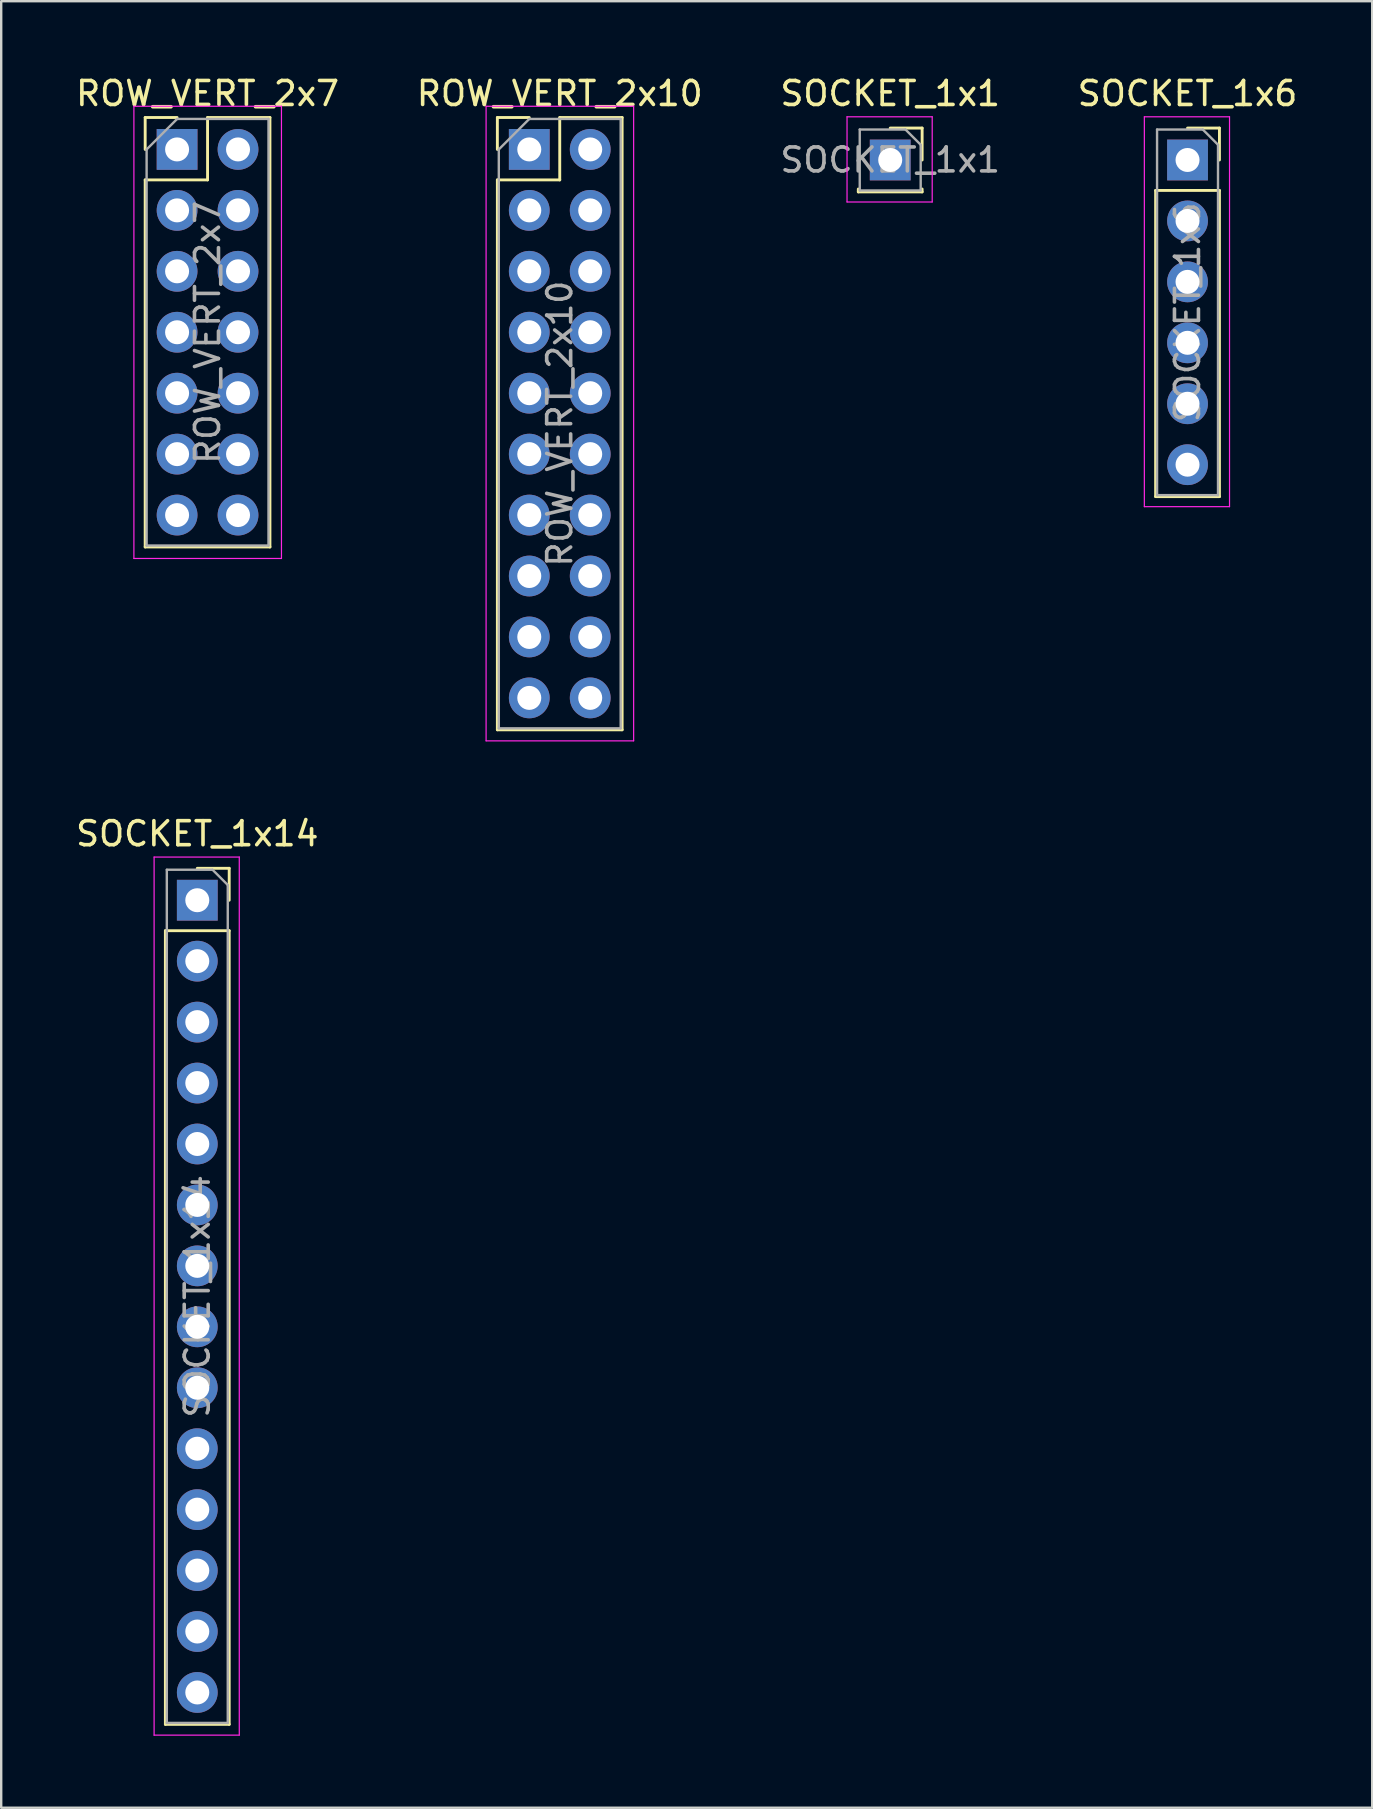
<source format=kicad_pcb>
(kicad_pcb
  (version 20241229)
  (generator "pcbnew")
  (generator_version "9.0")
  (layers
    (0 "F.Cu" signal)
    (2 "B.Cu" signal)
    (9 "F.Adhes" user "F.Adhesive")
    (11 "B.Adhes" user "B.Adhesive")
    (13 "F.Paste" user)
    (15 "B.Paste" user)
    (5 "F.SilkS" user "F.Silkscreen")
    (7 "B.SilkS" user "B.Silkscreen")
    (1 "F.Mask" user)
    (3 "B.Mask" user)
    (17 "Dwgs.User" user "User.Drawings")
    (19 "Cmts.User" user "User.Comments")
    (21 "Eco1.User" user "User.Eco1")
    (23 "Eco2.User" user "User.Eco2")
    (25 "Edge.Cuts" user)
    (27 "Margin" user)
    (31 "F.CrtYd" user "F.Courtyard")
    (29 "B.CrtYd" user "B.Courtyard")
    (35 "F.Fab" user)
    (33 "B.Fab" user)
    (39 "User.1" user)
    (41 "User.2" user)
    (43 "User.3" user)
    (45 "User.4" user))
  (footprint "SOCKET_1x14"
    (layer "F.Cu")
    (at 5.173 34.471)
    (property "Reference" "SOCKET_1x14" (at 0 -2.77 0) (layer "F.SilkS") (effects (font (size 1 1) (thickness 0.15))))
    (attr through_hole)
    (fp_line (start -1.33 1.27) (end -1.33 34.35) (stroke (width 0.12) (type solid)) (layer "F.SilkS"))
    (fp_line (start -1.33 1.27) (end 1.33 1.27) (stroke (width 0.12) (type solid)) (layer "F.SilkS"))
    (fp_line (start -1.33 34.35) (end 1.33 34.35) (stroke (width 0.12) (type solid)) (layer "F.SilkS"))
    (fp_line (start 0 -1.33) (end 1.33 -1.33) (stroke (width 0.12) (type solid)) (layer "F.SilkS"))
    (fp_line (start 1.33 -1.33) (end 1.33 0) (stroke (width 0.12) (type solid)) (layer "F.SilkS"))
    (fp_line (start 1.33 1.27) (end 1.33 34.35) (stroke (width 0.12) (type solid)) (layer "F.SilkS"))
    (fp_line (start -1.8 -1.8) (end 1.75 -1.8) (stroke (width 0.05) (type solid)) (layer "F.CrtYd"))
    (fp_line (start -1.8 34.8) (end -1.8 -1.8) (stroke (width 0.05) (type solid)) (layer "F.CrtYd"))
    (fp_line (start 1.75 -1.8) (end 1.75 34.8) (stroke (width 0.05) (type solid)) (layer "F.CrtYd"))
    (fp_line (start 1.75 34.8) (end -1.8 34.8) (stroke (width 0.05) (type solid)) (layer "F.CrtYd"))
    (fp_line (start -1.27 -1.27) (end 0.635 -1.27) (stroke (width 0.1) (type solid)) (layer "F.Fab"))
    (fp_line (start -1.27 34.29) (end -1.27 -1.27) (stroke (width 0.1) (type solid)) (layer "F.Fab"))
    (fp_line (start 0.635 -1.27) (end 1.27 -0.635) (stroke (width 0.1) (type solid)) (layer "F.Fab"))
    (fp_line (start 1.27 -0.635) (end 1.27 34.29) (stroke (width 0.1) (type solid)) (layer "F.Fab"))
    (fp_line (start 1.27 34.29) (end -1.27 34.29) (stroke (width 0.1) (type solid)) (layer "F.Fab"))
    (fp_text user "${REFERENCE}" (at 0 16.51 90) (layer "F.Fab") (effects (font (size 1 1) (thickness 0.15))))
    (pad "1" thru_hole rect (at 0 0) (size 1.7 1.7) (drill 1) (layers "*.Cu" "*.Mask"))
    (pad "2" thru_hole oval (at 0 2.54) (size 1.7 1.7) (drill 1) (layers "*.Cu" "*.Mask"))
    (pad "3" thru_hole oval (at 0 5.08) (size 1.7 1.7) (drill 1) (layers "*.Cu" "*.Mask"))
    (pad "4" thru_hole oval (at 0 7.62) (size 1.7 1.7) (drill 1) (layers "*.Cu" "*.Mask"))
    (pad "5" thru_hole oval (at 0 10.16) (size 1.7 1.7) (drill 1) (layers "*.Cu" "*.Mask"))
    (pad "6" thru_hole oval (at 0 12.7) (size 1.7 1.7) (drill 1) (layers "*.Cu" "*.Mask"))
    (pad "7" thru_hole oval (at 0 15.24) (size 1.7 1.7) (drill 1) (layers "*.Cu" "*.Mask"))
    (pad "8" thru_hole oval (at 0 17.78) (size 1.7 1.7) (drill 1) (layers "*.Cu" "*.Mask"))
    (pad "9" thru_hole oval (at 0 20.32) (size 1.7 1.7) (drill 1) (layers "*.Cu" "*.Mask"))
    (pad "10" thru_hole oval (at 0 22.86) (size 1.7 1.7) (drill 1) (layers "*.Cu" "*.Mask"))
    (pad "11" thru_hole oval (at 0 25.4) (size 1.7 1.7) (drill 1) (layers "*.Cu" "*.Mask"))
    (pad "12" thru_hole oval (at 0 27.94) (size 1.7 1.7) (drill 1) (layers "*.Cu" "*.Mask"))
    (pad "13" thru_hole oval (at 0 30.48) (size 1.7 1.7) (drill 1) (layers "*.Cu" "*.Mask"))
    (pad "14" thru_hole oval (at 0 33.02) (size 1.7 1.7) (drill 1) (layers "*.Cu" "*.Mask")))
  (footprint "ROW_VERT_2x7"
    (layer "F.Cu")
    (at 4.331 3.178)
    (property "Reference" "ROW_VERT_2x7" (at 1.27 -2.33 0) (layer "F.SilkS") (effects (font (size 1 1) (thickness 0.15))))
    (attr through_hole)
    (fp_line (start -1.33 -1.33) (end 0 -1.33) (stroke (width 0.12) (type solid)) (layer "F.SilkS"))
    (fp_line (start -1.33 0) (end -1.33 -1.33) (stroke (width 0.12) (type solid)) (layer "F.SilkS"))
    (fp_line (start -1.33 1.27) (end -1.33 16.57) (stroke (width 0.12) (type solid)) (layer "F.SilkS"))
    (fp_line (start -1.33 1.27) (end 1.27 1.27) (stroke (width 0.12) (type solid)) (layer "F.SilkS"))
    (fp_line (start -1.33 16.57) (end 3.87 16.57) (stroke (width 0.12) (type solid)) (layer "F.SilkS"))
    (fp_line (start 1.27 -1.33) (end 3.87 -1.33) (stroke (width 0.12) (type solid)) (layer "F.SilkS"))
    (fp_line (start 1.27 1.27) (end 1.27 -1.33) (stroke (width 0.12) (type solid)) (layer "F.SilkS"))
    (fp_line (start 3.87 -1.33) (end 3.87 16.57) (stroke (width 0.12) (type solid)) (layer "F.SilkS"))
    (fp_line (start -1.8 -1.8) (end -1.8 17.05) (stroke (width 0.05) (type solid)) (layer "F.CrtYd"))
    (fp_line (start -1.8 17.05) (end 4.35 17.05) (stroke (width 0.05) (type solid)) (layer "F.CrtYd"))
    (fp_line (start 4.35 -1.8) (end -1.8 -1.8) (stroke (width 0.05) (type solid)) (layer "F.CrtYd"))
    (fp_line (start 4.35 17.05) (end 4.35 -1.8) (stroke (width 0.05) (type solid)) (layer "F.CrtYd"))
    (fp_line (start -1.27 0) (end 0 -1.27) (stroke (width 0.1) (type solid)) (layer "F.Fab"))
    (fp_line (start -1.27 16.51) (end -1.27 0) (stroke (width 0.1) (type solid)) (layer "F.Fab"))
    (fp_line (start 0 -1.27) (end 3.81 -1.27) (stroke (width 0.1) (type solid)) (layer "F.Fab"))
    (fp_line (start 3.81 -1.27) (end 3.81 16.51) (stroke (width 0.1) (type solid)) (layer "F.Fab"))
    (fp_line (start 3.81 16.51) (end -1.27 16.51) (stroke (width 0.1) (type solid)) (layer "F.Fab"))
    (fp_text user "${REFERENCE}" (at 1.27 7.62 90) (layer "F.Fab") (effects (font (size 1 1) (thickness 0.15))))
    (pad "1" thru_hole rect (at 0 0) (size 1.7 1.7) (drill 1) (layers "*.Cu" "*.Mask"))
    (pad "2" thru_hole oval (at 2.54 0) (size 1.7 1.7) (drill 1) (layers "*.Cu" "*.Mask"))
    (pad "3" thru_hole oval (at 0 2.54) (size 1.7 1.7) (drill 1) (layers "*.Cu" "*.Mask"))
    (pad "4" thru_hole oval (at 2.54 2.54) (size 1.7 1.7) (drill 1) (layers "*.Cu" "*.Mask"))
    (pad "5" thru_hole oval (at 0 5.08) (size 1.7 1.7) (drill 1) (layers "*.Cu" "*.Mask"))
    (pad "6" thru_hole oval (at 2.54 5.08) (size 1.7 1.7) (drill 1) (layers "*.Cu" "*.Mask"))
    (pad "7" thru_hole oval (at 0 7.62) (size 1.7 1.7) (drill 1) (layers "*.Cu" "*.Mask"))
    (pad "8" thru_hole oval (at 2.54 7.62) (size 1.7 1.7) (drill 1) (layers "*.Cu" "*.Mask"))
    (pad "9" thru_hole oval (at 0 10.16) (size 1.7 1.7) (drill 1) (layers "*.Cu" "*.Mask"))
    (pad "10" thru_hole oval (at 2.54 10.16) (size 1.7 1.7) (drill 1) (layers "*.Cu" "*.Mask"))
    (pad "11" thru_hole oval (at 0 12.7) (size 1.7 1.7) (drill 1) (layers "*.Cu" "*.Mask"))
    (pad "12" thru_hole oval (at 2.54 12.7) (size 1.7 1.7) (drill 1) (layers "*.Cu" "*.Mask"))
    (pad "13" thru_hole oval (at 0 15.24) (size 1.7 1.7) (drill 1) (layers "*.Cu" "*.Mask"))
    (pad "14" thru_hole oval (at 2.54 15.24) (size 1.7 1.7) (drill 1) (layers "*.Cu" "*.Mask")))
  (footprint "SOCKET_1x6"
    (layer "F.Cu")
    (at 46.446 3.618)
    (property "Reference" "SOCKET_1x6" (at 0 -2.77 0) (layer "F.SilkS") (effects (font (size 1 1) (thickness 0.15))))
    (attr through_hole)
    (fp_line (start -1.33 1.27) (end -1.33 14.03) (stroke (width 0.12) (type solid)) (layer "F.SilkS"))
    (fp_line (start -1.33 1.27) (end 1.33 1.27) (stroke (width 0.12) (type solid)) (layer "F.SilkS"))
    (fp_line (start -1.33 14.03) (end 1.33 14.03) (stroke (width 0.12) (type solid)) (layer "F.SilkS"))
    (fp_line (start 0 -1.33) (end 1.33 -1.33) (stroke (width 0.12) (type solid)) (layer "F.SilkS"))
    (fp_line (start 1.33 -1.33) (end 1.33 0) (stroke (width 0.12) (type solid)) (layer "F.SilkS"))
    (fp_line (start 1.33 1.27) (end 1.33 14.03) (stroke (width 0.12) (type solid)) (layer "F.SilkS"))
    (fp_line (start -1.8 -1.8) (end 1.75 -1.8) (stroke (width 0.05) (type solid)) (layer "F.CrtYd"))
    (fp_line (start -1.8 14.45) (end -1.8 -1.8) (stroke (width 0.05) (type solid)) (layer "F.CrtYd"))
    (fp_line (start 1.75 -1.8) (end 1.75 14.45) (stroke (width 0.05) (type solid)) (layer "F.CrtYd"))
    (fp_line (start 1.75 14.45) (end -1.8 14.45) (stroke (width 0.05) (type solid)) (layer "F.CrtYd"))
    (fp_line (start -1.27 -1.27) (end 0.635 -1.27) (stroke (width 0.1) (type solid)) (layer "F.Fab"))
    (fp_line (start -1.27 13.97) (end -1.27 -1.27) (stroke (width 0.1) (type solid)) (layer "F.Fab"))
    (fp_line (start 0.635 -1.27) (end 1.27 -0.635) (stroke (width 0.1) (type solid)) (layer "F.Fab"))
    (fp_line (start 1.27 -0.635) (end 1.27 13.97) (stroke (width 0.1) (type solid)) (layer "F.Fab"))
    (fp_line (start 1.27 13.97) (end -1.27 13.97) (stroke (width 0.1) (type solid)) (layer "F.Fab"))
    (fp_text user "${REFERENCE}" (at 0 6.35 90) (layer "F.Fab") (effects (font (size 1 1) (thickness 0.15))))
    (pad "1" thru_hole rect (at 0 0) (size 1.7 1.7) (drill 1) (layers "*.Cu" "*.Mask"))
    (pad "2" thru_hole oval (at 0 2.54) (size 1.7 1.7) (drill 1) (layers "*.Cu" "*.Mask"))
    (pad "3" thru_hole oval (at 0 5.08) (size 1.7 1.7) (drill 1) (layers "*.Cu" "*.Mask"))
    (pad "4" thru_hole oval (at 0 7.62) (size 1.7 1.7) (drill 1) (layers "*.Cu" "*.Mask"))
    (pad "5" thru_hole oval (at 0 10.16) (size 1.7 1.7) (drill 1) (layers "*.Cu" "*.Mask"))
    (pad "6" thru_hole oval (at 0 12.7) (size 1.7 1.7) (drill 1) (layers "*.Cu" "*.Mask")))
  (footprint "SOCKET_1x1"
    (layer "F.Cu")
    (at 34.054 3.618)
    (property "Reference" "SOCKET_1x1" (at 0 -2.77 0) (layer "F.SilkS") (effects (font (size 1 1) (thickness 0.15))))
    (attr through_hole)
    (fp_line (start -1.33 1.21) (end -1.33 1.33) (stroke (width 0.12) (type solid)) (layer "F.SilkS"))
    (fp_line (start -1.33 1.33) (end 1.33 1.33) (stroke (width 0.12) (type solid)) (layer "F.SilkS"))
    (fp_line (start 0 -1.33) (end 1.33 -1.33) (stroke (width 0.12) (type solid)) (layer "F.SilkS"))
    (fp_line (start 1.33 -1.33) (end 1.33 0) (stroke (width 0.12) (type solid)) (layer "F.SilkS"))
    (fp_line (start 1.33 1.21) (end 1.33 1.33) (stroke (width 0.12) (type solid)) (layer "F.SilkS"))
    (fp_line (start -1.8 -1.8) (end 1.75 -1.8) (stroke (width 0.05) (type solid)) (layer "F.CrtYd"))
    (fp_line (start -1.8 1.75) (end -1.8 -1.8) (stroke (width 0.05) (type solid)) (layer "F.CrtYd"))
    (fp_line (start 1.75 -1.8) (end 1.75 1.75) (stroke (width 0.05) (type solid)) (layer "F.CrtYd"))
    (fp_line (start 1.75 1.75) (end -1.8 1.75) (stroke (width 0.05) (type solid)) (layer "F.CrtYd"))
    (fp_line (start -1.27 -1.27) (end 0.635 -1.27) (stroke (width 0.1) (type solid)) (layer "F.Fab"))
    (fp_line (start -1.27 1.27) (end -1.27 -1.27) (stroke (width 0.1) (type solid)) (layer "F.Fab"))
    (fp_line (start 0.635 -1.27) (end 1.27 -0.635) (stroke (width 0.1) (type solid)) (layer "F.Fab"))
    (fp_line (start 1.27 -0.635) (end 1.27 1.27) (stroke (width 0.1) (type solid)) (layer "F.Fab"))
    (fp_line (start 1.27 1.27) (end -1.27 1.27) (stroke (width 0.1) (type solid)) (layer "F.Fab"))
    (fp_text user "${REFERENCE}" (at 0 0 0) (layer "F.Fab") (effects (font (size 1 1) (thickness 0.15))))
    (pad "1" thru_hole rect (at 0 0) (size 1.7 1.7) (drill 1) (layers "*.Cu" "*.Mask")))
  (footprint "ROW_VERT_2x10"
    (layer "F.Cu")
    (at 19.01 3.178)
    (property "Reference" "ROW_VERT_2x10" (at 1.27 -2.33 0) (layer "F.SilkS") (effects (font (size 1 1) (thickness 0.15))))
    (attr through_hole)
    (fp_line (start -1.33 -1.33) (end 0 -1.33) (stroke (width 0.12) (type solid)) (layer "F.SilkS"))
    (fp_line (start -1.33 0) (end -1.33 -1.33) (stroke (width 0.12) (type solid)) (layer "F.SilkS"))
    (fp_line (start -1.33 1.27) (end -1.33 24.19) (stroke (width 0.12) (type solid)) (layer "F.SilkS"))
    (fp_line (start -1.33 1.27) (end 1.27 1.27) (stroke (width 0.12) (type solid)) (layer "F.SilkS"))
    (fp_line (start -1.33 24.19) (end 3.87 24.19) (stroke (width 0.12) (type solid)) (layer "F.SilkS"))
    (fp_line (start 1.27 -1.33) (end 3.87 -1.33) (stroke (width 0.12) (type solid)) (layer "F.SilkS"))
    (fp_line (start 1.27 1.27) (end 1.27 -1.33) (stroke (width 0.12) (type solid)) (layer "F.SilkS"))
    (fp_line (start 3.87 -1.33) (end 3.87 24.19) (stroke (width 0.12) (type solid)) (layer "F.SilkS"))
    (fp_line (start -1.8 -1.8) (end -1.8 24.65) (stroke (width 0.05) (type solid)) (layer "F.CrtYd"))
    (fp_line (start -1.8 24.65) (end 4.35 24.65) (stroke (width 0.05) (type solid)) (layer "F.CrtYd"))
    (fp_line (start 4.35 -1.8) (end -1.8 -1.8) (stroke (width 0.05) (type solid)) (layer "F.CrtYd"))
    (fp_line (start 4.35 24.65) (end 4.35 -1.8) (stroke (width 0.05) (type solid)) (layer "F.CrtYd"))
    (fp_line (start -1.27 0) (end 0 -1.27) (stroke (width 0.1) (type solid)) (layer "F.Fab"))
    (fp_line (start -1.27 24.13) (end -1.27 0) (stroke (width 0.1) (type solid)) (layer "F.Fab"))
    (fp_line (start 0 -1.27) (end 3.81 -1.27) (stroke (width 0.1) (type solid)) (layer "F.Fab"))
    (fp_line (start 3.81 -1.27) (end 3.81 24.13) (stroke (width 0.1) (type solid)) (layer "F.Fab"))
    (fp_line (start 3.81 24.13) (end -1.27 24.13) (stroke (width 0.1) (type solid)) (layer "F.Fab"))
    (fp_text user "${REFERENCE}" (at 1.27 11.43 90) (layer "F.Fab") (effects (font (size 1 1) (thickness 0.15))))
    (pad "1" thru_hole rect (at 0 0) (size 1.7 1.7) (drill 1) (layers "*.Cu" "*.Mask"))
    (pad "2" thru_hole oval (at 2.54 0) (size 1.7 1.7) (drill 1) (layers "*.Cu" "*.Mask"))
    (pad "3" thru_hole oval (at 0 2.54) (size 1.7 1.7) (drill 1) (layers "*.Cu" "*.Mask"))
    (pad "4" thru_hole oval (at 2.54 2.54) (size 1.7 1.7) (drill 1) (layers "*.Cu" "*.Mask"))
    (pad "5" thru_hole oval (at 0 5.08) (size 1.7 1.7) (drill 1) (layers "*.Cu" "*.Mask"))
    (pad "6" thru_hole oval (at 2.54 5.08) (size 1.7 1.7) (drill 1) (layers "*.Cu" "*.Mask"))
    (pad "7" thru_hole oval (at 0 7.62) (size 1.7 1.7) (drill 1) (layers "*.Cu" "*.Mask"))
    (pad "8" thru_hole oval (at 2.54 7.62) (size 1.7 1.7) (drill 1) (layers "*.Cu" "*.Mask"))
    (pad "9" thru_hole oval (at 0 10.16) (size 1.7 1.7) (drill 1) (layers "*.Cu" "*.Mask"))
    (pad "10" thru_hole oval (at 2.54 10.16) (size 1.7 1.7) (drill 1) (layers "*.Cu" "*.Mask"))
    (pad "11" thru_hole oval (at 0 12.7) (size 1.7 1.7) (drill 1) (layers "*.Cu" "*.Mask"))
    (pad "12" thru_hole oval (at 2.54 12.7) (size 1.7 1.7) (drill 1) (layers "*.Cu" "*.Mask"))
    (pad "13" thru_hole oval (at 0 15.24) (size 1.7 1.7) (drill 1) (layers "*.Cu" "*.Mask"))
    (pad "14" thru_hole oval (at 2.54 15.24) (size 1.7 1.7) (drill 1) (layers "*.Cu" "*.Mask"))
    (pad "15" thru_hole oval (at 0 17.78) (size 1.7 1.7) (drill 1) (layers "*.Cu" "*.Mask"))
    (pad "16" thru_hole oval (at 2.54 17.78) (size 1.7 1.7) (drill 1) (layers "*.Cu" "*.Mask"))
    (pad "17" thru_hole oval (at 0 20.32) (size 1.7 1.7) (drill 1) (layers "*.Cu" "*.Mask"))
    (pad "18" thru_hole oval (at 2.54 20.32) (size 1.7 1.7) (drill 1) (layers "*.Cu" "*.Mask"))
    (pad "19" thru_hole oval (at 0 22.86) (size 1.7 1.7) (drill 1) (layers "*.Cu" "*.Mask"))
    (pad "20" thru_hole oval (at 2.54 22.86) (size 1.7 1.7) (drill 1) (layers "*.Cu" "*.Mask")))
  (gr_rect
    (start -3 -3)
    (end 54.143 72.296)
    (stroke (width 0.1) (type default))
    (fill no)
    (layer "Edge.Cuts")))
</source>
